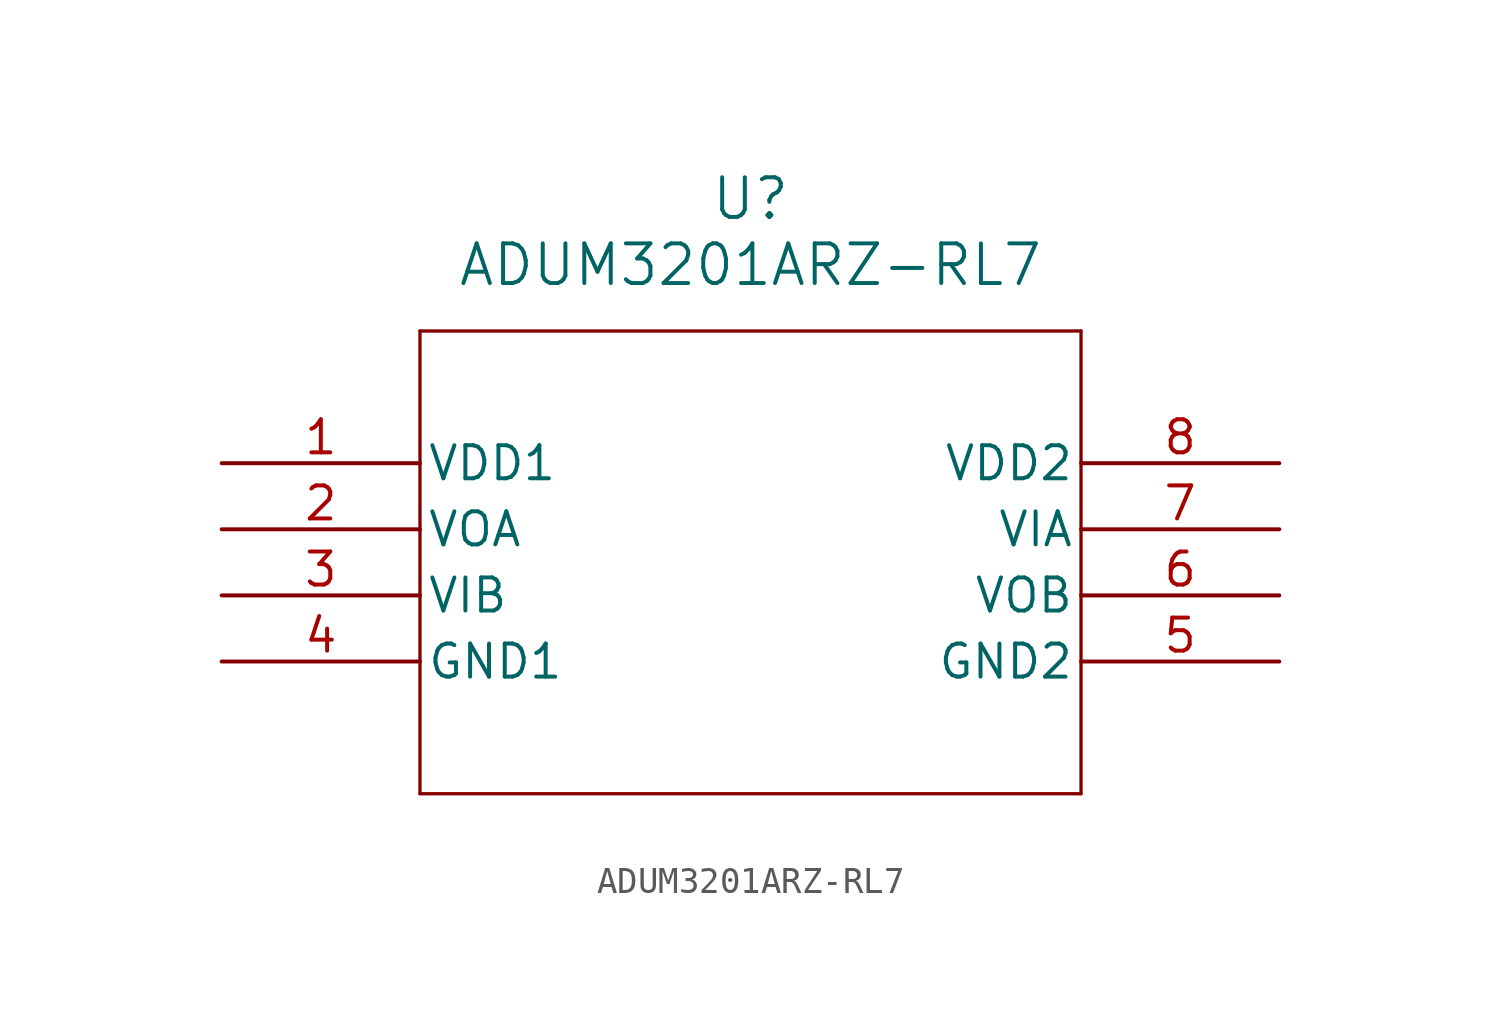
<source format=kicad_sym>
(kicad_symbol_lib
  (version 20211014)
  (generator kicad_symbol_editor)
  (symbol "ADUM3201ARZ-RL7"
    (pin_names
      (offset 0.254))
    (property "Reference" "U"
      (at 20.32 10.16 0)
      (effects (font (size 1.524 1.524))))
    (property "Value" "ADUM3201ARZ-RL7"
      (at 20.32 7.62 0)
      (effects (font (size 1.524 1.524))))
    (symbol "ADUM3201ARZ-RL7_0_1"
      (polyline (pts (xy 7.62 5.08) (xy 7.62 -12.7)) (stroke (width 0.127) (type default) (color 0 0 0 0)) (fill (type none)))
      (polyline (pts (xy 7.62 -12.7) (xy 33.02 -12.7)) (stroke (width 0.127) (type default) (color 0 0 0 0)) (fill (type none)))
      (polyline (pts (xy 33.02 -12.7) (xy 33.02 5.08)) (stroke (width 0.127) (type default) (color 0 0 0 0)) (fill (type none)))
      (polyline (pts (xy 33.02 5.08) (xy 7.62 5.08)) (stroke (width 0.127) (type default) (color 0 0 0 0)) (fill (type none)))
      (pin power_in line (at 0 0 0) (length 7.62) (name "VDD1" (effects (font (size 1.27 1.27)))) (number "1" (effects (font (size 1.27 1.27)))))
      (pin unspecified line (at 0 -2.54 0) (length 7.62) (name "VOA" (effects (font (size 1.27 1.27)))) (number "2" (effects (font (size 1.27 1.27)))))
      (pin unspecified line (at 0 -5.08 0) (length 7.62) (name "VIB" (effects (font (size 1.27 1.27)))) (number "3" (effects (font (size 1.27 1.27)))))
      (pin power_out line (at 0 -7.62 0) (length 7.62) (name "GND1" (effects (font (size 1.27 1.27)))) (number "4" (effects (font (size 1.27 1.27)))))
      (pin power_out line (at 40.64 -7.62 180) (length 7.62) (name "GND2" (effects (font (size 1.27 1.27)))) (number "5" (effects (font (size 1.27 1.27)))))
      (pin unspecified line (at 40.64 -5.08 180) (length 7.62) (name "VOB" (effects (font (size 1.27 1.27)))) (number "6" (effects (font (size 1.27 1.27)))))
      (pin unspecified line (at 40.64 -2.54 180) (length 7.62) (name "VIA" (effects (font (size 1.27 1.27)))) (number "7" (effects (font (size 1.27 1.27)))))
      (pin power_in line (at 40.64 0 180) (length 7.62) (name "VDD2" (effects (font (size 1.27 1.27)))) (number "8" (effects (font (size 1.27 1.27))))))))
</source>
